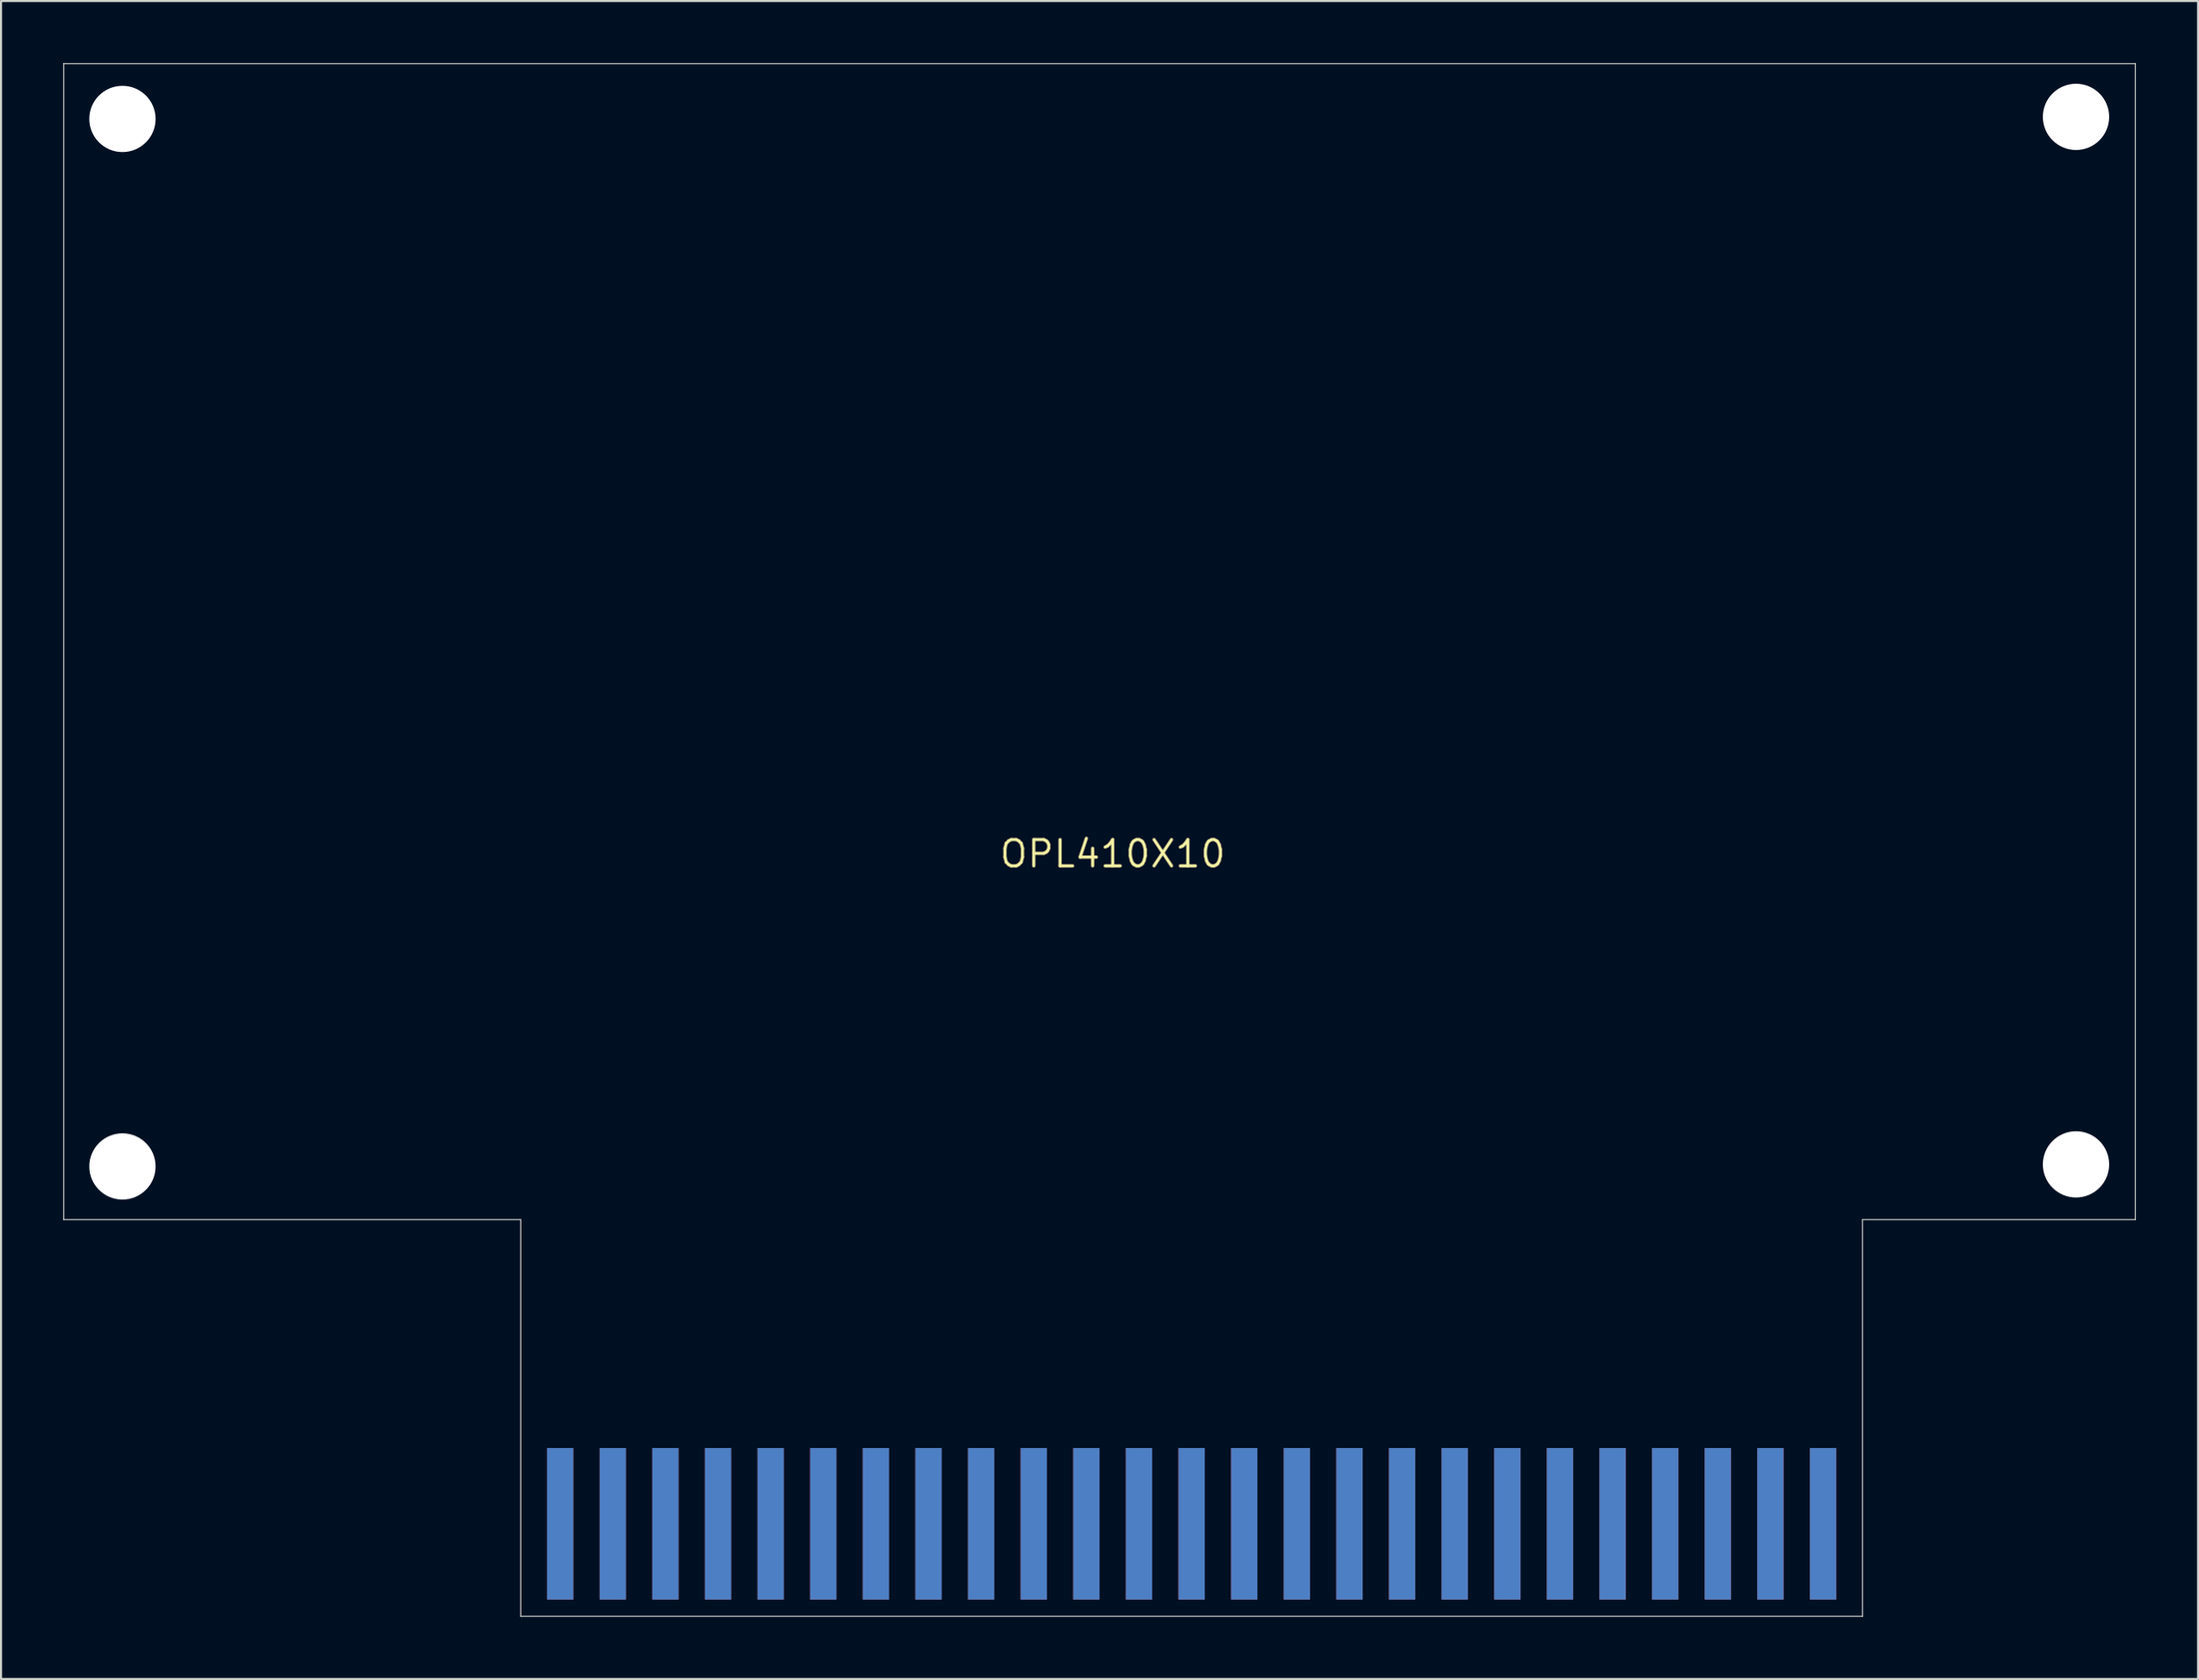
<source format=kicad_pcb>
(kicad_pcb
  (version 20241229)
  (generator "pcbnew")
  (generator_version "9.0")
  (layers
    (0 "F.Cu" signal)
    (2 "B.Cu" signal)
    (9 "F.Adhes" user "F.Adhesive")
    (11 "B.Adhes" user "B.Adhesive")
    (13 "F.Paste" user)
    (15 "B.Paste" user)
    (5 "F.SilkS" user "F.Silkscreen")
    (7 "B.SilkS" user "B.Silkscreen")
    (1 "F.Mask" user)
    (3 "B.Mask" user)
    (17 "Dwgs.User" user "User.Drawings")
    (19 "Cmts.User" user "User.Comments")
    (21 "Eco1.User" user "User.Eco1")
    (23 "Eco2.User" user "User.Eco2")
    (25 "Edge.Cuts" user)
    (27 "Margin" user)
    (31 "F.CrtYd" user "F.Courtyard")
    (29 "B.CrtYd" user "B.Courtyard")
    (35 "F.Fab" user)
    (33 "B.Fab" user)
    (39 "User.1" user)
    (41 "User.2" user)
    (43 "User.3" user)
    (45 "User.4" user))
  (footprint "OPL410X10"
    (layer "F.Cu")
    (at 50.66 38.195)
    (property "Reference" "OPL410X10" (at 0 0 0) (layer "F.SilkS") (effects (font (size 1.27 1.27) (thickness 0.15))))
    (fp_line (start -50.635 -38.17) (end 49.365 -38.17) (stroke (width 0.05) (type solid)) (layer "Edge.Cuts"))
    (fp_line (start -50.635 17.67) (end -50.635 -38.17) (stroke (width 0.05) (type solid)) (layer "Edge.Cuts"))
    (fp_line (start -50.635 17.67) (end -28.575 17.67) (stroke (width 0.05) (type solid)) (layer "Edge.Cuts"))
    (fp_line (start -28.575 17.67) (end -28.575 36.83) (stroke (width 0.05) (type solid)) (layer "Edge.Cuts"))
    (fp_line (start -28.575 36.83) (end 36.195 36.83) (stroke (width 0.05) (type solid)) (layer "Edge.Cuts"))
    (fp_line (start 36.195 36.83) (end 36.195 17.67) (stroke (width 0.05) (type solid)) (layer "Edge.Cuts"))
    (fp_line (start 49.365 -38.17) (end 49.365 17.67) (stroke (width 0.05) (type solid)) (layer "Edge.Cuts"))
    (fp_line (start 49.365 17.67) (end 36.195 17.67) (stroke (width 0.05) (type solid)) (layer "Edge.Cuts"))
    (pad "" np_thru_hole circle (at -47.8 -35.5) (size 3.2 3.2) (drill 3.2) (layers "*.Cu" "*.Mask"))
    (pad "" np_thru_hole circle (at -47.8 15.1) (size 3.2 3.2) (drill 3.2) (layers "*.Cu" "*.Mask"))
    (pad "" np_thru_hole circle (at 46.5 -35.6) (size 3.2 3.2) (drill 3.2) (layers "*.Cu" "*.Mask"))
    (pad "" np_thru_hole circle (at 46.5 15) (size 3.2 3.2) (drill 3.2) (layers "*.Cu" "*.Mask"))
    (pad "+5V1" smd rect (at -24.13 32.362) (size 1.27 7.32) (layers "B.Cu" "B.Mask"))
    (pad "+5V2" smd rect (at -21.59 32.362) (size 1.27 7.32) (layers "B.Cu" "B.Mask"))
    (pad "+12V" smd rect (at -24.13 32.362) (size 1.27 7.32) (layers "F.Cu" "F.Mask"))
    (pad "-12V" smd rect (at -26.67 32.362) (size 1.27 7.32) (layers "F.Cu" "F.Mask"))
    (pad "/BUSDIR" smd rect (at 24.13 32.362) (size 1.27 7.32) (layers "F.Cu" "F.Mask"))
    (pad "/CS1" smd rect (at 34.29 32.362) (size 1.27 7.32) (layers "B.Cu" "B.Mask"))
    (pad "/CS2" smd rect (at 34.29 32.362) (size 1.27 7.32) (layers "F.Cu" "F.Mask"))
    (pad "/CS12" smd rect (at 31.75 32.362) (size 1.27 7.32) (layers "B.Cu" "B.Mask"))
    (pad "/INT" smd rect (at 26.67 32.362) (size 1.27 7.32) (layers "F.Cu" "F.Mask"))
    (pad "/IORQ" smd rect (at 21.59 32.362) (size 1.27 7.32) (layers "B.Cu" "B.Mask"))
    (pad "/M1" smd rect (at 24.13 32.362) (size 1.27 7.32) (layers "B.Cu" "B.Mask"))
    (pad "/MREQ" smd rect (at 21.59 32.362) (size 1.27 7.32) (layers "F.Cu" "F.Mask"))
    (pad "/RD" smd rect (at 19.05 32.362) (size 1.27 7.32) (layers "F.Cu" "F.Mask"))
    (pad "/RESET" smd rect (at 16.51 32.362) (size 1.27 7.32) (layers "B.Cu" "B.Mask"))
    (pad "/RESV1" smd rect (at 16.51 32.362) (size 1.27 7.32) (layers "F.Cu" "F.Mask"))
    (pad "/RESV2" smd rect (at 29.21 32.362) (size 1.27 7.32) (layers "B.Cu" "B.Mask"))
    (pad "/RFSH" smd rect (at 29.21 32.362) (size 1.27 7.32) (layers "F.Cu" "F.Mask"))
    (pad "/SLTSL" smd rect (at 31.75 32.362) (size 1.27 7.32) (layers "F.Cu" "F.Mask"))
    (pad "/WAIT" smd rect (at 26.67 32.362) (size 1.27 7.32) (layers "B.Cu" "B.Mask"))
    (pad "/WR" smd rect (at 19.05 32.362) (size 1.27 7.32) (layers "B.Cu" "B.Mask"))
    (pad "A0" smd rect (at 1.27 32.362) (size 1.27 7.32) (layers "F.Cu" "F.Mask"))
    (pad "A1" smd rect (at 1.27 32.362) (size 1.27 7.32) (layers "B.Cu" "B.Mask"))
    (pad "A2" smd rect (at -1.27 32.362) (size 1.27 7.32) (layers "F.Cu" "F.Mask"))
    (pad "A3" smd rect (at -1.27 32.362) (size 1.27 7.32) (layers "B.Cu" "B.Mask"))
    (pad "A4" smd rect (at -3.81 32.362) (size 1.27 7.32) (layers "F.Cu" "F.Mask"))
    (pad "A5" smd rect (at -3.81 32.362) (size 1.27 7.32) (layers "B.Cu" "B.Mask"))
    (pad "A6" smd rect (at 8.89 32.362) (size 1.27 7.32) (layers "F.Cu" "F.Mask"))
    (pad "A7" smd rect (at 8.89 32.362) (size 1.27 7.32) (layers "B.Cu" "B.Mask"))
    (pad "A8" smd rect (at 6.35 32.362) (size 1.27 7.32) (layers "F.Cu" "F.Mask"))
    (pad "A9" smd rect (at 13.97 32.362) (size 1.27 7.32) (layers "B.Cu" "B.Mask"))
    (pad "A10" smd rect (at 11.43 32.362) (size 1.27 7.32) (layers "F.Cu" "F.Mask"))
    (pad "A11" smd rect (at 11.43 32.362) (size 1.27 7.32) (layers "B.Cu" "B.Mask"))
    (pad "A12" smd rect (at 6.35 32.362) (size 1.27 7.32) (layers "B.Cu" "B.Mask"))
    (pad "A13" smd rect (at 3.81 32.362) (size 1.27 7.32) (layers "F.Cu" "F.Mask"))
    (pad "A14" smd rect (at 3.81 32.362) (size 1.27 7.32) (layers "B.Cu" "B.Mask"))
    (pad "A15" smd rect (at 13.97 32.362) (size 1.27 7.32) (layers "F.Cu" "F.Mask"))
    (pad "CLOCK" smd rect (at -16.51 32.362) (size 1.27 7.32) (layers "F.Cu" "F.Mask"))
    (pad "D0" smd rect (at -6.35 32.362) (size 1.27 7.32) (layers "F.Cu" "F.Mask"))
    (pad "D1" smd rect (at -6.35 32.362) (size 1.27 7.32) (layers "B.Cu" "B.Mask"))
    (pad "D2" smd rect (at -8.89 32.362) (size 1.27 7.32) (layers "F.Cu" "F.Mask"))
    (pad "D3" smd rect (at -8.89 32.362) (size 1.27 7.32) (layers "B.Cu" "B.Mask"))
    (pad "D4" smd rect (at -11.43 32.362) (size 1.27 7.32) (layers "F.Cu" "F.Mask"))
    (pad "D5" smd rect (at -11.43 32.362) (size 1.27 7.32) (layers "B.Cu" "B.Mask"))
    (pad "D6" smd rect (at -13.97 32.362) (size 1.27 7.32) (layers "F.Cu" "F.Mask"))
    (pad "D7" smd rect (at -13.97 32.362) (size 1.27 7.32) (layers "B.Cu" "B.Mask"))
    (pad "GND1" smd rect (at -19.05 32.362) (size 1.27 7.32) (layers "B.Cu" "B.Mask"))
    (pad "GND2" smd rect (at -16.51 32.362) (size 1.27 7.32) (layers "B.Cu" "B.Mask"))
    (pad "SOUNDIN" smd rect (at -26.67 32.362) (size 1.27 7.32) (layers "B.Cu" "B.Mask"))
    (pad "SW1" smd rect (at -19.05 32.362) (size 1.27 7.32) (layers "F.Cu" "F.Mask"))
    (pad "SW2" smd rect (at -21.59 32.362) (size 1.27 7.32) (layers "F.Cu" "F.Mask"))
    (zone (net_name "") (layer "F.Cu") (hatch edge 0.508) (connect_pads) (min_thickness 0.254) (filled_areas_thickness no) (keepout (tracks not_allowed) (vias not_allowed) (pads not_allowed) (copperpour not_allowed) (footprints allowed)) (placement (enabled no)) (fill) (polygon (pts (xy 22.085 75.025) (xy 23.355 75.025) (xy 23.355 68.04) (xy 22.085 68.04))))
    (zone (net_name "") (layer "F.Cu") (hatch edge 0.508) (connect_pads) (min_thickness 0.254) (filled_areas_thickness no) (keepout (tracks not_allowed) (vias not_allowed) (pads not_allowed) (copperpour not_allowed) (footprints allowed)) (placement (enabled no)) (fill) (polygon (pts (xy 24.625 75.025) (xy 25.895 75.025) (xy 25.895 68.04) (xy 24.625 68.04))))
    (zone (net_name "") (layer "F.Cu") (hatch edge 0.508) (connect_pads) (min_thickness 0.254) (filled_areas_thickness no) (keepout (tracks not_allowed) (vias not_allowed) (pads not_allowed) (copperpour not_allowed) (footprints allowed)) (placement (enabled no)) (fill) (polygon (pts (xy 27.165 75.025) (xy 28.435 75.025) (xy 28.435 68.04) (xy 27.165 68.04))))
    (zone (net_name "") (layer "F.Cu") (hatch edge 0.508) (connect_pads) (min_thickness 0.254) (filled_areas_thickness no) (keepout (tracks not_allowed) (vias not_allowed) (pads not_allowed) (copperpour not_allowed) (footprints allowed)) (placement (enabled no)) (fill) (polygon (pts (xy 29.705 75.025) (xy 30.975 75.025) (xy 30.975 68.04) (xy 29.705 68.04))))
    (zone (net_name "") (layer "F.Cu") (hatch edge 0.508) (connect_pads) (min_thickness 0.254) (filled_areas_thickness no) (keepout (tracks not_allowed) (vias not_allowed) (pads not_allowed) (copperpour not_allowed) (footprints allowed)) (placement (enabled no)) (fill) (polygon (pts (xy 32.245 75.025) (xy 33.515 75.025) (xy 33.515 68.04) (xy 32.245 68.04))))
    (zone (net_name "") (layer "F.Cu") (hatch edge 0.508) (connect_pads) (min_thickness 0.254) (filled_areas_thickness no) (keepout (tracks not_allowed) (vias not_allowed) (pads not_allowed) (copperpour not_allowed) (footprints allowed)) (placement (enabled no)) (fill) (polygon (pts (xy 34.785 75.025) (xy 36.055 75.025) (xy 36.055 68.04) (xy 34.785 68.04))))
    (zone (net_name "") (layer "F.Cu") (hatch edge 0.508) (connect_pads) (min_thickness 0.254) (filled_areas_thickness no) (keepout (tracks not_allowed) (vias not_allowed) (pads not_allowed) (copperpour not_allowed) (footprints allowed)) (placement (enabled no)) (fill) (polygon (pts (xy 37.325 75.025) (xy 38.595 75.025) (xy 38.595 68.04) (xy 37.325 68.04))))
    (zone (net_name "") (layer "F.Cu") (hatch edge 0.508) (connect_pads) (min_thickness 0.254) (filled_areas_thickness no) (keepout (tracks not_allowed) (vias not_allowed) (pads not_allowed) (copperpour not_allowed) (footprints allowed)) (placement (enabled no)) (fill) (polygon (pts (xy 39.865 75.025) (xy 41.135 75.025) (xy 41.135 68.04) (xy 39.865 68.04))))
    (zone (net_name "") (layer "F.Cu") (hatch edge 0.508) (connect_pads) (min_thickness 0.254) (filled_areas_thickness no) (keepout (tracks not_allowed) (vias not_allowed) (pads not_allowed) (copperpour not_allowed) (footprints allowed)) (placement (enabled no)) (fill) (polygon (pts (xy 42.405 75.025) (xy 43.675 75.025) (xy 43.675 68.04) (xy 42.405 68.04))))
    (zone (net_name "") (layer "F.Cu") (hatch edge 0.508) (connect_pads) (min_thickness 0.254) (filled_areas_thickness no) (keepout (tracks not_allowed) (vias not_allowed) (pads not_allowed) (copperpour not_allowed) (footprints allowed)) (placement (enabled no)) (fill) (polygon (pts (xy 44.945 75.025) (xy 46.215 75.025) (xy 46.215 68.04) (xy 44.945 68.04))))
    (zone (net_name "") (layer "F.Cu") (hatch edge 0.508) (connect_pads) (min_thickness 0.254) (filled_areas_thickness no) (keepout (tracks not_allowed) (vias not_allowed) (pads not_allowed) (copperpour not_allowed) (footprints allowed)) (placement (enabled no)) (fill) (polygon (pts (xy 47.485 75.025) (xy 48.755 75.025) (xy 48.755 68.04) (xy 47.485 68.04))))
    (zone (net_name "") (layer "F.Cu") (hatch edge 0.508) (connect_pads) (min_thickness 0.254) (filled_areas_thickness no) (keepout (tracks not_allowed) (vias not_allowed) (pads not_allowed) (copperpour not_allowed) (footprints allowed)) (placement (enabled no)) (fill) (polygon (pts (xy 50.025 75.025) (xy 51.295 75.025) (xy 51.295 68.04) (xy 50.025 68.04))))
    (zone (net_name "") (layer "F.Cu") (hatch edge 0.508) (connect_pads) (min_thickness 0.254) (filled_areas_thickness no) (keepout (tracks not_allowed) (vias not_allowed) (pads not_allowed) (copperpour not_allowed) (footprints allowed)) (placement (enabled no)) (fill) (polygon (pts (xy 52.565 75.025) (xy 53.835 75.025) (xy 53.835 68.04) (xy 52.565 68.04))))
    (zone (net_name "") (layer "F.Cu") (hatch edge 0.508) (connect_pads) (min_thickness 0.254) (filled_areas_thickness no) (keepout (tracks not_allowed) (vias not_allowed) (pads not_allowed) (copperpour not_allowed) (footprints allowed)) (placement (enabled no)) (fill) (polygon (pts (xy 55.105 75.025) (xy 56.375 75.025) (xy 56.375 68.04) (xy 55.105 68.04))))
    (zone (net_name "") (layer "F.Cu") (hatch edge 0.508) (connect_pads) (min_thickness 0.254) (filled_areas_thickness no) (keepout (tracks not_allowed) (vias not_allowed) (pads not_allowed) (copperpour not_allowed) (footprints allowed)) (placement (enabled no)) (fill) (polygon (pts (xy 57.645 75.025) (xy 58.915 75.025) (xy 58.915 68.04) (xy 57.645 68.04))))
    (zone (net_name "") (layer "F.Cu") (hatch edge 0.508) (connect_pads) (min_thickness 0.254) (filled_areas_thickness no) (keepout (tracks not_allowed) (vias not_allowed) (pads not_allowed) (copperpour not_allowed) (footprints allowed)) (placement (enabled no)) (fill) (polygon (pts (xy 60.185 75.025) (xy 61.455 75.025) (xy 61.455 68.04) (xy 60.185 68.04))))
    (zone (net_name "") (layer "F.Cu") (hatch edge 0.508) (connect_pads) (min_thickness 0.254) (filled_areas_thickness no) (keepout (tracks not_allowed) (vias not_allowed) (pads not_allowed) (copperpour not_allowed) (footprints allowed)) (placement (enabled no)) (fill) (polygon (pts (xy 62.725 75.025) (xy 63.995 75.025) (xy 63.995 68.04) (xy 62.725 68.04))))
    (zone (net_name "") (layer "F.Cu") (hatch edge 0.508) (connect_pads) (min_thickness 0.254) (filled_areas_thickness no) (keepout (tracks not_allowed) (vias not_allowed) (pads not_allowed) (copperpour not_allowed) (footprints allowed)) (placement (enabled no)) (fill) (polygon (pts (xy 65.265 75.025) (xy 66.535 75.025) (xy 66.535 68.04) (xy 65.265 68.04))))
    (zone (net_name "") (layer "F.Cu") (hatch edge 0.508) (connect_pads) (min_thickness 0.254) (filled_areas_thickness no) (keepout (tracks not_allowed) (vias not_allowed) (pads not_allowed) (copperpour not_allowed) (footprints allowed)) (placement (enabled no)) (fill) (polygon (pts (xy 67.805 75.025) (xy 69.075 75.025) (xy 69.075 68.04) (xy 67.805 68.04))))
    (zone (net_name "") (layer "F.Cu") (hatch edge 0.508) (connect_pads) (min_thickness 0.254) (filled_areas_thickness no) (keepout (tracks not_allowed) (vias not_allowed) (pads not_allowed) (copperpour not_allowed) (footprints allowed)) (placement (enabled no)) (fill) (polygon (pts (xy 70.345 75.025) (xy 71.615 75.025) (xy 71.615 68.04) (xy 70.345 68.04))))
    (zone (net_name "") (layer "F.Cu") (hatch edge 0.508) (connect_pads) (min_thickness 0.254) (filled_areas_thickness no) (keepout (tracks not_allowed) (vias not_allowed) (pads not_allowed) (copperpour not_allowed) (footprints allowed)) (placement (enabled no)) (fill) (polygon (pts (xy 72.885 75.025) (xy 74.155 75.025) (xy 74.155 68.04) (xy 72.885 68.04))))
    (zone (net_name "") (layer "F.Cu") (hatch edge 0.508) (connect_pads) (min_thickness 0.254) (filled_areas_thickness no) (keepout (tracks not_allowed) (vias not_allowed) (pads not_allowed) (copperpour not_allowed) (footprints allowed)) (placement (enabled no)) (fill) (polygon (pts (xy 75.425 75.025) (xy 76.695 75.025) (xy 76.695 68.04) (xy 75.425 68.04))))
    (zone (net_name "") (layer "F.Cu") (hatch edge 0.508) (connect_pads) (min_thickness 0.254) (filled_areas_thickness no) (keepout (tracks not_allowed) (vias not_allowed) (pads not_allowed) (copperpour not_allowed) (footprints allowed)) (placement (enabled no)) (fill) (polygon (pts (xy 77.965 75.025) (xy 79.235 75.025) (xy 79.235 68.04) (xy 77.965 68.04))))
    (zone (net_name "") (layer "F.Cu") (hatch edge 0.508) (connect_pads) (min_thickness 0.254) (filled_areas_thickness no) (keepout (tracks not_allowed) (vias not_allowed) (pads not_allowed) (copperpour not_allowed) (footprints allowed)) (placement (enabled no)) (fill) (polygon (pts (xy 80.505 75.025) (xy 81.775 75.025) (xy 81.775 68.04) (xy 80.505 68.04))))
    (zone (net_name "") (layer "F.Cu") (hatch edge 0.508) (connect_pads) (min_thickness 0.254) (filled_areas_thickness no) (keepout (tracks not_allowed) (vias not_allowed) (pads not_allowed) (copperpour not_allowed) (footprints allowed)) (placement (enabled no)) (fill) (polygon (pts (xy 83.045 75.025) (xy 84.315 75.025) (xy 84.315 68.04) (xy 83.045 68.04))))
    (zone (net_name "") (layer "F.Cu") (hatch edge 0.508) (connect_pads) (min_thickness 0.254) (filled_areas_thickness no) (keepout (tracks not_allowed) (vias not_allowed) (pads not_allowed) (copperpour not_allowed) (footprints allowed)) (placement (enabled no)) (fill) (polygon (pts (xy 85.585 75.025) (xy 86.855 75.025) (xy 86.855 68.04) (xy 85.585 68.04)))))
  (gr_rect
    (start -3 -3)
    (end 103.05 78.05)
    (stroke (width 0.1) (type default))
    (fill no)
    (layer "Edge.Cuts")))
</source>
